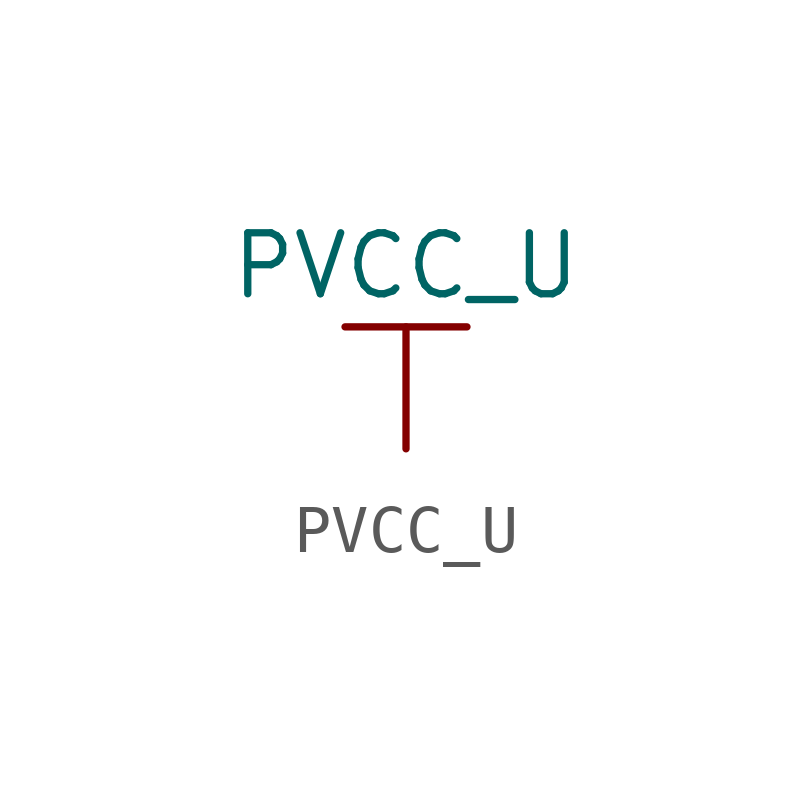
<source format=kicad_sym>
(kicad_symbol_lib
  (version 20211014)
  (generator kicad_symbol_editor)
  (symbol "PVCC_U"
    (power)
    (pin_names
      (offset 0))
    (property "Reference" "#PWR"
      (at 0 -3.81 0)
      (effects (font (size 1.27 1.27)) hide))
    (property "Value" "PVCC_U"
      (at 0 3.81 0)
      (effects (font (size 1.27 1.27))))
    (symbol "PVCC_U_0_1"
      (polyline (pts (xy -1.27 2.54) (xy 1.27 2.54)) (stroke (width 0.152) (type default) (color 0 0 0 0)) (fill (type none)))
      (polyline (pts (xy 0 0) (xy 0 2.54)) (stroke (width 0.152) (type default) (color 0 0 0 0)) (fill (type none))))
    (symbol "PVCC_U_1_1"
      (pin power_in line (at 0 0 90) (length 0) hide (name "PVCC_U" (effects (font (size 1.27 1.27)))) (number "1" (effects (font (size 1.27 1.27))))))))
</source>
